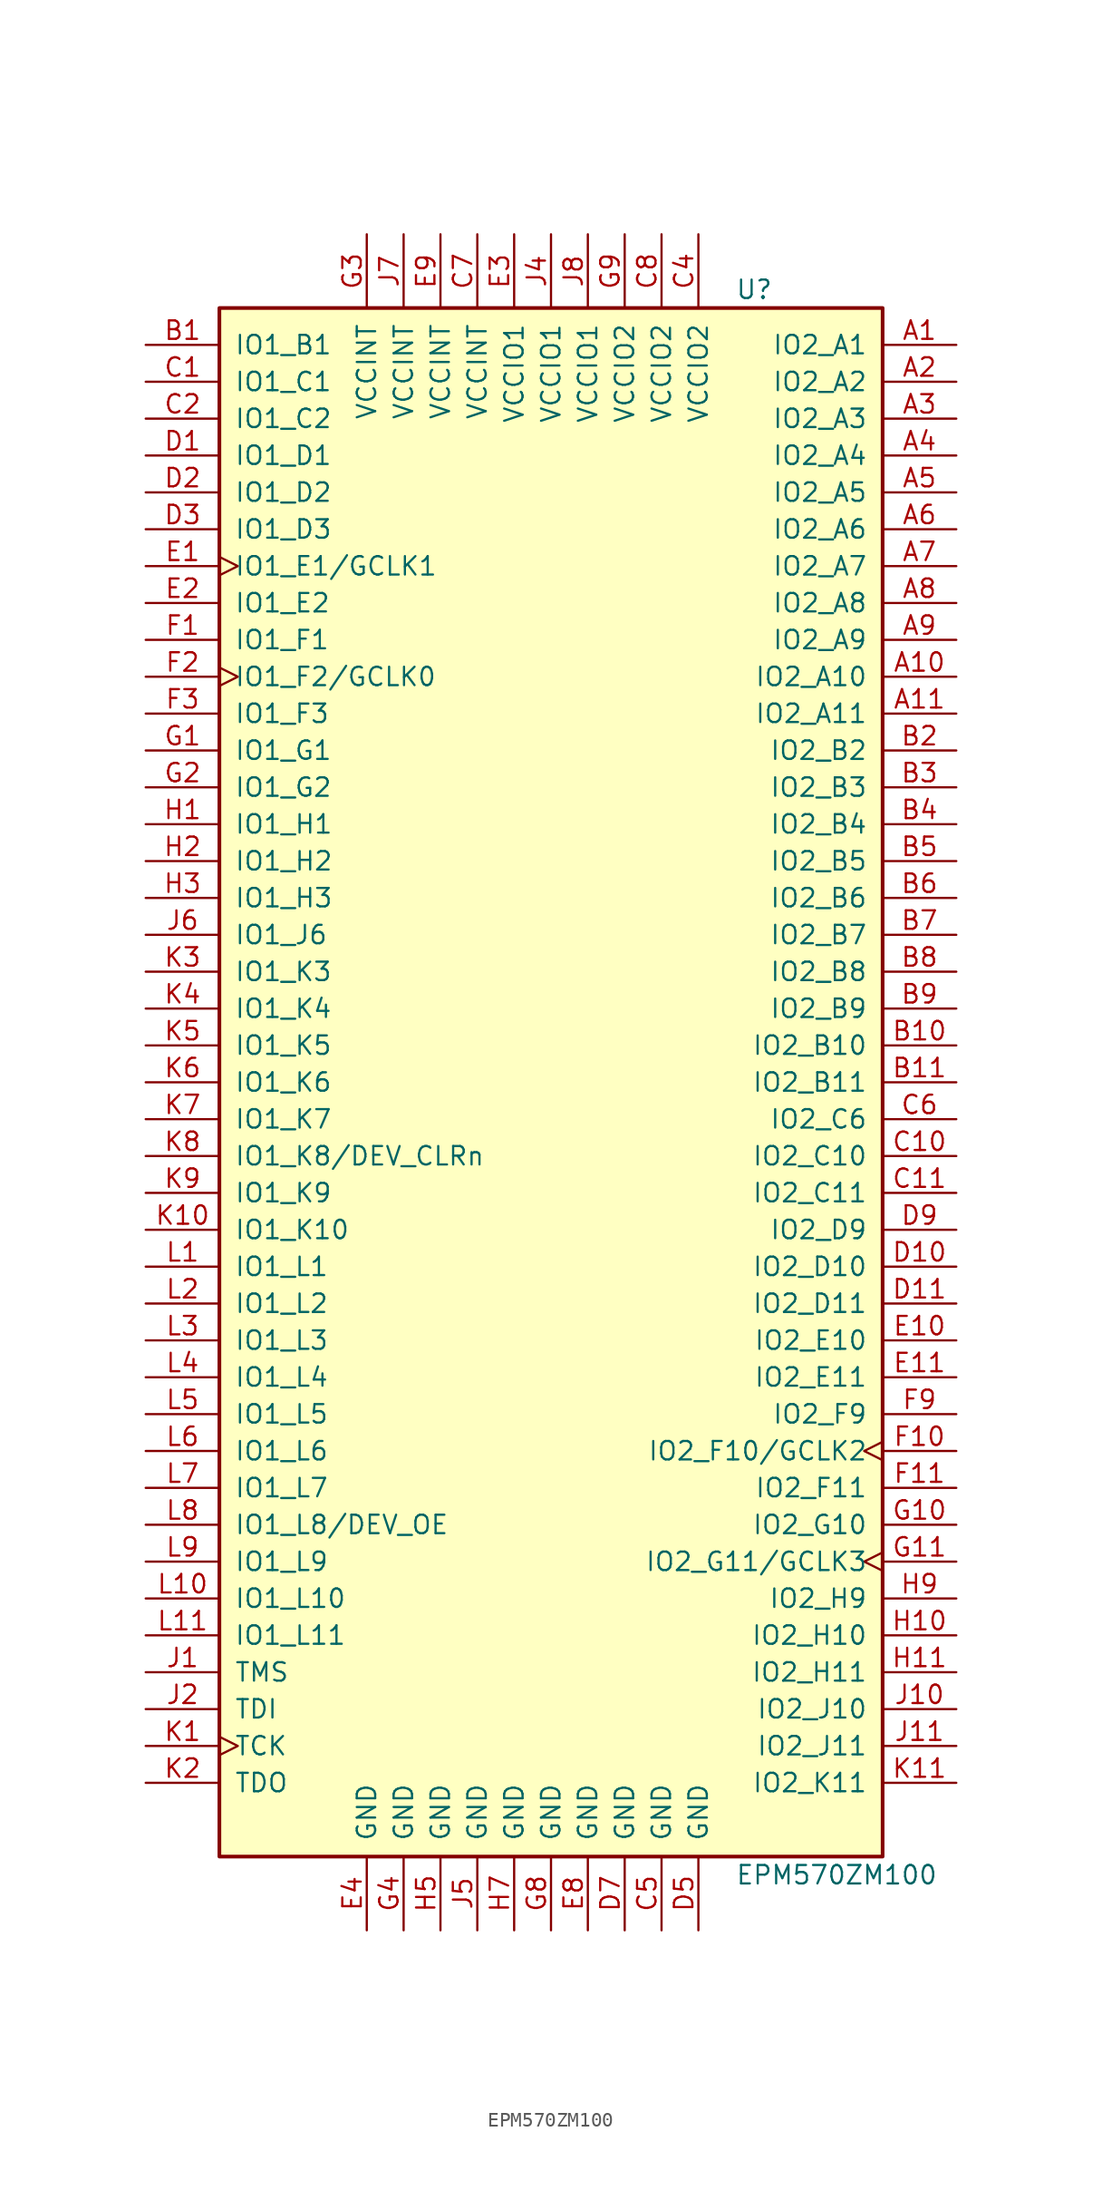
<source format=kicad_sym>
(kicad_symbol_lib
  (version 20211014)
  (generator kicad_symbol_editor)
  (symbol "EPM570ZM100"
    (pin_names
      (offset 1.016))
    (property "Reference" "U"
      (at 12.7 54.61 0)
      (effects (font (size 1.27 1.27)) (justify left)))
    (property "Value" "EPM570ZM100"
      (at 12.7 -54.61 0)
      (effects (font (size 1.27 1.27)) (justify left)))
    (property "ki_locked" ""
      (at 0 0 0)
      (effects (font (size 1.27 1.27))))
    (symbol "EPM570ZM100_1_1"
      (rectangle (start -22.86 53.34) (end 22.86 -53.34) (stroke (width 0.254) (type default) (color 0 0 0 0)) (fill (type background)))
      (pin bidirectional line (at 27.94 50.8 180) (length 5.08) (name "IO2_A1" (effects (font (size 1.27 1.27)))) (number "A1" (effects (font (size 1.27 1.27)))))
      (pin bidirectional line (at 27.94 27.94 180) (length 5.08) (name "IO2_A10" (effects (font (size 1.27 1.27)))) (number "A10" (effects (font (size 1.27 1.27)))))
      (pin bidirectional line (at 27.94 25.4 180) (length 5.08) (name "IO2_A11" (effects (font (size 1.27 1.27)))) (number "A11" (effects (font (size 1.27 1.27)))))
      (pin bidirectional line (at 27.94 48.26 180) (length 5.08) (name "IO2_A2" (effects (font (size 1.27 1.27)))) (number "A2" (effects (font (size 1.27 1.27)))))
      (pin bidirectional line (at 27.94 45.72 180) (length 5.08) (name "IO2_A3" (effects (font (size 1.27 1.27)))) (number "A3" (effects (font (size 1.27 1.27)))))
      (pin bidirectional line (at 27.94 43.18 180) (length 5.08) (name "IO2_A4" (effects (font (size 1.27 1.27)))) (number "A4" (effects (font (size 1.27 1.27)))))
      (pin bidirectional line (at 27.94 40.64 180) (length 5.08) (name "IO2_A5" (effects (font (size 1.27 1.27)))) (number "A5" (effects (font (size 1.27 1.27)))))
      (pin bidirectional line (at 27.94 38.1 180) (length 5.08) (name "IO2_A6" (effects (font (size 1.27 1.27)))) (number "A6" (effects (font (size 1.27 1.27)))))
      (pin bidirectional line (at 27.94 35.56 180) (length 5.08) (name "IO2_A7" (effects (font (size 1.27 1.27)))) (number "A7" (effects (font (size 1.27 1.27)))))
      (pin bidirectional line (at 27.94 33.02 180) (length 5.08) (name "IO2_A8" (effects (font (size 1.27 1.27)))) (number "A8" (effects (font (size 1.27 1.27)))))
      (pin bidirectional line (at 27.94 30.48 180) (length 5.08) (name "IO2_A9" (effects (font (size 1.27 1.27)))) (number "A9" (effects (font (size 1.27 1.27)))))
      (pin bidirectional line (at -27.94 50.8 0) (length 5.08) (name "IO1_B1" (effects (font (size 1.27 1.27)))) (number "B1" (effects (font (size 1.27 1.27)))))
      (pin bidirectional line (at 27.94 2.54 180) (length 5.08) (name "IO2_B10" (effects (font (size 1.27 1.27)))) (number "B10" (effects (font (size 1.27 1.27)))))
      (pin bidirectional line (at 27.94 0 180) (length 5.08) (name "IO2_B11" (effects (font (size 1.27 1.27)))) (number "B11" (effects (font (size 1.27 1.27)))))
      (pin bidirectional line (at 27.94 22.86 180) (length 5.08) (name "IO2_B2" (effects (font (size 1.27 1.27)))) (number "B2" (effects (font (size 1.27 1.27)))))
      (pin bidirectional line (at 27.94 20.32 180) (length 5.08) (name "IO2_B3" (effects (font (size 1.27 1.27)))) (number "B3" (effects (font (size 1.27 1.27)))))
      (pin bidirectional line (at 27.94 17.78 180) (length 5.08) (name "IO2_B4" (effects (font (size 1.27 1.27)))) (number "B4" (effects (font (size 1.27 1.27)))))
      (pin bidirectional line (at 27.94 15.24 180) (length 5.08) (name "IO2_B5" (effects (font (size 1.27 1.27)))) (number "B5" (effects (font (size 1.27 1.27)))))
      (pin bidirectional line (at 27.94 12.7 180) (length 5.08) (name "IO2_B6" (effects (font (size 1.27 1.27)))) (number "B6" (effects (font (size 1.27 1.27)))))
      (pin bidirectional line (at 27.94 10.16 180) (length 5.08) (name "IO2_B7" (effects (font (size 1.27 1.27)))) (number "B7" (effects (font (size 1.27 1.27)))))
      (pin bidirectional line (at 27.94 7.62 180) (length 5.08) (name "IO2_B8" (effects (font (size 1.27 1.27)))) (number "B8" (effects (font (size 1.27 1.27)))))
      (pin bidirectional line (at 27.94 5.08 180) (length 5.08) (name "IO2_B9" (effects (font (size 1.27 1.27)))) (number "B9" (effects (font (size 1.27 1.27)))))
      (pin bidirectional line (at -27.94 48.26 0) (length 5.08) (name "IO1_C1" (effects (font (size 1.27 1.27)))) (number "C1" (effects (font (size 1.27 1.27)))))
      (pin bidirectional line (at 27.94 -5.08 180) (length 5.08) (name "IO2_C10" (effects (font (size 1.27 1.27)))) (number "C10" (effects (font (size 1.27 1.27)))))
      (pin bidirectional line (at 27.94 -7.62 180) (length 5.08) (name "IO2_C11" (effects (font (size 1.27 1.27)))) (number "C11" (effects (font (size 1.27 1.27)))))
      (pin bidirectional line (at -27.94 45.72 0) (length 5.08) (name "IO1_C2" (effects (font (size 1.27 1.27)))) (number "C2" (effects (font (size 1.27 1.27)))))
      (pin power_in line (at 10.16 58.42 270) (length 5.08) (name "VCCIO2" (effects (font (size 1.27 1.27)))) (number "C4" (effects (font (size 1.27 1.27)))))
      (pin power_in line (at 7.62 -58.42 90) (length 5.08) (name "GND" (effects (font (size 1.27 1.27)))) (number "C5" (effects (font (size 1.27 1.27)))))
      (pin bidirectional line (at 27.94 -2.54 180) (length 5.08) (name "IO2_C6" (effects (font (size 1.27 1.27)))) (number "C6" (effects (font (size 1.27 1.27)))))
      (pin power_in line (at -5.08 58.42 270) (length 5.08) (name "VCCINT" (effects (font (size 1.27 1.27)))) (number "C7" (effects (font (size 1.27 1.27)))))
      (pin power_in line (at 7.62 58.42 270) (length 5.08) (name "VCCIO2" (effects (font (size 1.27 1.27)))) (number "C8" (effects (font (size 1.27 1.27)))))
      (pin bidirectional line (at -27.94 43.18 0) (length 5.08) (name "IO1_D1" (effects (font (size 1.27 1.27)))) (number "D1" (effects (font (size 1.27 1.27)))))
      (pin bidirectional line (at 27.94 -12.7 180) (length 5.08) (name "IO2_D10" (effects (font (size 1.27 1.27)))) (number "D10" (effects (font (size 1.27 1.27)))))
      (pin bidirectional line (at 27.94 -15.24 180) (length 5.08) (name "IO2_D11" (effects (font (size 1.27 1.27)))) (number "D11" (effects (font (size 1.27 1.27)))))
      (pin bidirectional line (at -27.94 40.64 0) (length 5.08) (name "IO1_D2" (effects (font (size 1.27 1.27)))) (number "D2" (effects (font (size 1.27 1.27)))))
      (pin bidirectional line (at -27.94 38.1 0) (length 5.08) (name "IO1_D3" (effects (font (size 1.27 1.27)))) (number "D3" (effects (font (size 1.27 1.27)))))
      (pin power_in line (at 10.16 -58.42 90) (length 5.08) (name "GND" (effects (font (size 1.27 1.27)))) (number "D5" (effects (font (size 1.27 1.27)))))
      (pin power_in line (at 5.08 -58.42 90) (length 5.08) (name "GND" (effects (font (size 1.27 1.27)))) (number "D7" (effects (font (size 1.27 1.27)))))
      (pin bidirectional line (at 27.94 -10.16 180) (length 5.08) (name "IO2_D9" (effects (font (size 1.27 1.27)))) (number "D9" (effects (font (size 1.27 1.27)))))
      (pin bidirectional clock (at -27.94 35.56 0) (length 5.08) (name "IO1_E1/GCLK1" (effects (font (size 1.27 1.27)))) (number "E1" (effects (font (size 1.27 1.27)))))
      (pin bidirectional line (at 27.94 -17.78 180) (length 5.08) (name "IO2_E10" (effects (font (size 1.27 1.27)))) (number "E10" (effects (font (size 1.27 1.27)))))
      (pin bidirectional line (at 27.94 -20.32 180) (length 5.08) (name "IO2_E11" (effects (font (size 1.27 1.27)))) (number "E11" (effects (font (size 1.27 1.27)))))
      (pin bidirectional line (at -27.94 33.02 0) (length 5.08) (name "IO1_E2" (effects (font (size 1.27 1.27)))) (number "E2" (effects (font (size 1.27 1.27)))))
      (pin power_in line (at -2.54 58.42 270) (length 5.08) (name "VCCIO1" (effects (font (size 1.27 1.27)))) (number "E3" (effects (font (size 1.27 1.27)))))
      (pin power_in line (at -12.7 -58.42 90) (length 5.08) (name "GND" (effects (font (size 1.27 1.27)))) (number "E4" (effects (font (size 1.27 1.27)))))
      (pin power_in line (at 2.54 -58.42 90) (length 5.08) (name "GND" (effects (font (size 1.27 1.27)))) (number "E8" (effects (font (size 1.27 1.27)))))
      (pin power_in line (at -7.62 58.42 270) (length 5.08) (name "VCCINT" (effects (font (size 1.27 1.27)))) (number "E9" (effects (font (size 1.27 1.27)))))
      (pin bidirectional line (at -27.94 30.48 0) (length 5.08) (name "IO1_F1" (effects (font (size 1.27 1.27)))) (number "F1" (effects (font (size 1.27 1.27)))))
      (pin bidirectional clock (at 27.94 -25.4 180) (length 5.08) (name "IO2_F10/GCLK2" (effects (font (size 1.27 1.27)))) (number "F10" (effects (font (size 1.27 1.27)))))
      (pin bidirectional line (at 27.94 -27.94 180) (length 5.08) (name "IO2_F11" (effects (font (size 1.27 1.27)))) (number "F11" (effects (font (size 1.27 1.27)))))
      (pin bidirectional clock (at -27.94 27.94 0) (length 5.08) (name "IO1_F2/GCLK0" (effects (font (size 1.27 1.27)))) (number "F2" (effects (font (size 1.27 1.27)))))
      (pin bidirectional line (at -27.94 25.4 0) (length 5.08) (name "IO1_F3" (effects (font (size 1.27 1.27)))) (number "F3" (effects (font (size 1.27 1.27)))))
      (pin bidirectional line (at 27.94 -22.86 180) (length 5.08) (name "IO2_F9" (effects (font (size 1.27 1.27)))) (number "F9" (effects (font (size 1.27 1.27)))))
      (pin bidirectional line (at -27.94 22.86 0) (length 5.08) (name "IO1_G1" (effects (font (size 1.27 1.27)))) (number "G1" (effects (font (size 1.27 1.27)))))
      (pin bidirectional line (at 27.94 -30.48 180) (length 5.08) (name "IO2_G10" (effects (font (size 1.27 1.27)))) (number "G10" (effects (font (size 1.27 1.27)))))
      (pin bidirectional clock (at 27.94 -33.02 180) (length 5.08) (name "IO2_G11/GCLK3" (effects (font (size 1.27 1.27)))) (number "G11" (effects (font (size 1.27 1.27)))))
      (pin bidirectional line (at -27.94 20.32 0) (length 5.08) (name "IO1_G2" (effects (font (size 1.27 1.27)))) (number "G2" (effects (font (size 1.27 1.27)))))
      (pin power_in line (at -12.7 58.42 270) (length 5.08) (name "VCCINT" (effects (font (size 1.27 1.27)))) (number "G3" (effects (font (size 1.27 1.27)))))
      (pin power_in line (at -10.16 -58.42 90) (length 5.08) (name "GND" (effects (font (size 1.27 1.27)))) (number "G4" (effects (font (size 1.27 1.27)))))
      (pin power_in line (at 0 -58.42 90) (length 5.08) (name "GND" (effects (font (size 1.27 1.27)))) (number "G8" (effects (font (size 1.27 1.27)))))
      (pin power_in line (at 5.08 58.42 270) (length 5.08) (name "VCCIO2" (effects (font (size 1.27 1.27)))) (number "G9" (effects (font (size 1.27 1.27)))))
      (pin bidirectional line (at -27.94 17.78 0) (length 5.08) (name "IO1_H1" (effects (font (size 1.27 1.27)))) (number "H1" (effects (font (size 1.27 1.27)))))
      (pin bidirectional line (at 27.94 -38.1 180) (length 5.08) (name "IO2_H10" (effects (font (size 1.27 1.27)))) (number "H10" (effects (font (size 1.27 1.27)))))
      (pin bidirectional line (at 27.94 -40.64 180) (length 5.08) (name "IO2_H11" (effects (font (size 1.27 1.27)))) (number "H11" (effects (font (size 1.27 1.27)))))
      (pin bidirectional line (at -27.94 15.24 0) (length 5.08) (name "IO1_H2" (effects (font (size 1.27 1.27)))) (number "H2" (effects (font (size 1.27 1.27)))))
      (pin bidirectional line (at -27.94 12.7 0) (length 5.08) (name "IO1_H3" (effects (font (size 1.27 1.27)))) (number "H3" (effects (font (size 1.27 1.27)))))
      (pin power_in line (at -7.62 -58.42 90) (length 5.08) (name "GND" (effects (font (size 1.27 1.27)))) (number "H5" (effects (font (size 1.27 1.27)))))
      (pin power_in line (at -2.54 -58.42 90) (length 5.08) (name "GND" (effects (font (size 1.27 1.27)))) (number "H7" (effects (font (size 1.27 1.27)))))
      (pin bidirectional line (at 27.94 -35.56 180) (length 5.08) (name "IO2_H9" (effects (font (size 1.27 1.27)))) (number "H9" (effects (font (size 1.27 1.27)))))
      (pin input line (at -27.94 -40.64 0) (length 5.08) (name "TMS" (effects (font (size 1.27 1.27)))) (number "J1" (effects (font (size 1.27 1.27)))))
      (pin bidirectional line (at 27.94 -43.18 180) (length 5.08) (name "IO2_J10" (effects (font (size 1.27 1.27)))) (number "J10" (effects (font (size 1.27 1.27)))))
      (pin bidirectional line (at 27.94 -45.72 180) (length 5.08) (name "IO2_J11" (effects (font (size 1.27 1.27)))) (number "J11" (effects (font (size 1.27 1.27)))))
      (pin input line (at -27.94 -43.18 0) (length 5.08) (name "TDI" (effects (font (size 1.27 1.27)))) (number "J2" (effects (font (size 1.27 1.27)))))
      (pin power_in line (at 0 58.42 270) (length 5.08) (name "VCCIO1" (effects (font (size 1.27 1.27)))) (number "J4" (effects (font (size 1.27 1.27)))))
      (pin power_in line (at -5.08 -58.42 90) (length 5.08) (name "GND" (effects (font (size 1.27 1.27)))) (number "J5" (effects (font (size 1.27 1.27)))))
      (pin bidirectional line (at -27.94 10.16 0) (length 5.08) (name "IO1_J6" (effects (font (size 1.27 1.27)))) (number "J6" (effects (font (size 1.27 1.27)))))
      (pin power_in line (at -10.16 58.42 270) (length 5.08) (name "VCCINT" (effects (font (size 1.27 1.27)))) (number "J7" (effects (font (size 1.27 1.27)))))
      (pin power_in line (at 2.54 58.42 270) (length 5.08) (name "VCCIO1" (effects (font (size 1.27 1.27)))) (number "J8" (effects (font (size 1.27 1.27)))))
      (pin input clock (at -27.94 -45.72 0) (length 5.08) (name "TCK" (effects (font (size 1.27 1.27)))) (number "K1" (effects (font (size 1.27 1.27)))))
      (pin bidirectional line (at -27.94 -10.16 0) (length 5.08) (name "IO1_K10" (effects (font (size 1.27 1.27)))) (number "K10" (effects (font (size 1.27 1.27)))))
      (pin bidirectional line (at 27.94 -48.26 180) (length 5.08) (name "IO2_K11" (effects (font (size 1.27 1.27)))) (number "K11" (effects (font (size 1.27 1.27)))))
      (pin output line (at -27.94 -48.26 0) (length 5.08) (name "TDO" (effects (font (size 1.27 1.27)))) (number "K2" (effects (font (size 1.27 1.27)))))
      (pin bidirectional line (at -27.94 7.62 0) (length 5.08) (name "IO1_K3" (effects (font (size 1.27 1.27)))) (number "K3" (effects (font (size 1.27 1.27)))))
      (pin bidirectional line (at -27.94 5.08 0) (length 5.08) (name "IO1_K4" (effects (font (size 1.27 1.27)))) (number "K4" (effects (font (size 1.27 1.27)))))
      (pin bidirectional line (at -27.94 2.54 0) (length 5.08) (name "IO1_K5" (effects (font (size 1.27 1.27)))) (number "K5" (effects (font (size 1.27 1.27)))))
      (pin bidirectional line (at -27.94 0 0) (length 5.08) (name "IO1_K6" (effects (font (size 1.27 1.27)))) (number "K6" (effects (font (size 1.27 1.27)))))
      (pin bidirectional line (at -27.94 -2.54 0) (length 5.08) (name "IO1_K7" (effects (font (size 1.27 1.27)))) (number "K7" (effects (font (size 1.27 1.27)))))
      (pin bidirectional line (at -27.94 -5.08 0) (length 5.08) (name "IO1_K8/DEV_CLRn" (effects (font (size 1.27 1.27)))) (number "K8" (effects (font (size 1.27 1.27)))))
      (pin bidirectional line (at -27.94 -7.62 0) (length 5.08) (name "IO1_K9" (effects (font (size 1.27 1.27)))) (number "K9" (effects (font (size 1.27 1.27)))))
      (pin bidirectional line (at -27.94 -12.7 0) (length 5.08) (name "IO1_L1" (effects (font (size 1.27 1.27)))) (number "L1" (effects (font (size 1.27 1.27)))))
      (pin bidirectional line (at -27.94 -35.56 0) (length 5.08) (name "IO1_L10" (effects (font (size 1.27 1.27)))) (number "L10" (effects (font (size 1.27 1.27)))))
      (pin bidirectional line (at -27.94 -38.1 0) (length 5.08) (name "IO1_L11" (effects (font (size 1.27 1.27)))) (number "L11" (effects (font (size 1.27 1.27)))))
      (pin bidirectional line (at -27.94 -15.24 0) (length 5.08) (name "IO1_L2" (effects (font (size 1.27 1.27)))) (number "L2" (effects (font (size 1.27 1.27)))))
      (pin bidirectional line (at -27.94 -17.78 0) (length 5.08) (name "IO1_L3" (effects (font (size 1.27 1.27)))) (number "L3" (effects (font (size 1.27 1.27)))))
      (pin bidirectional line (at -27.94 -20.32 0) (length 5.08) (name "IO1_L4" (effects (font (size 1.27 1.27)))) (number "L4" (effects (font (size 1.27 1.27)))))
      (pin bidirectional line (at -27.94 -22.86 0) (length 5.08) (name "IO1_L5" (effects (font (size 1.27 1.27)))) (number "L5" (effects (font (size 1.27 1.27)))))
      (pin bidirectional line (at -27.94 -25.4 0) (length 5.08) (name "IO1_L6" (effects (font (size 1.27 1.27)))) (number "L6" (effects (font (size 1.27 1.27)))))
      (pin bidirectional line (at -27.94 -27.94 0) (length 5.08) (name "IO1_L7" (effects (font (size 1.27 1.27)))) (number "L7" (effects (font (size 1.27 1.27)))))
      (pin bidirectional line (at -27.94 -30.48 0) (length 5.08) (name "IO1_L8/DEV_OE" (effects (font (size 1.27 1.27)))) (number "L8" (effects (font (size 1.27 1.27)))))
      (pin bidirectional line (at -27.94 -33.02 0) (length 5.08) (name "IO1_L9" (effects (font (size 1.27 1.27)))) (number "L9" (effects (font (size 1.27 1.27))))))))
</source>
